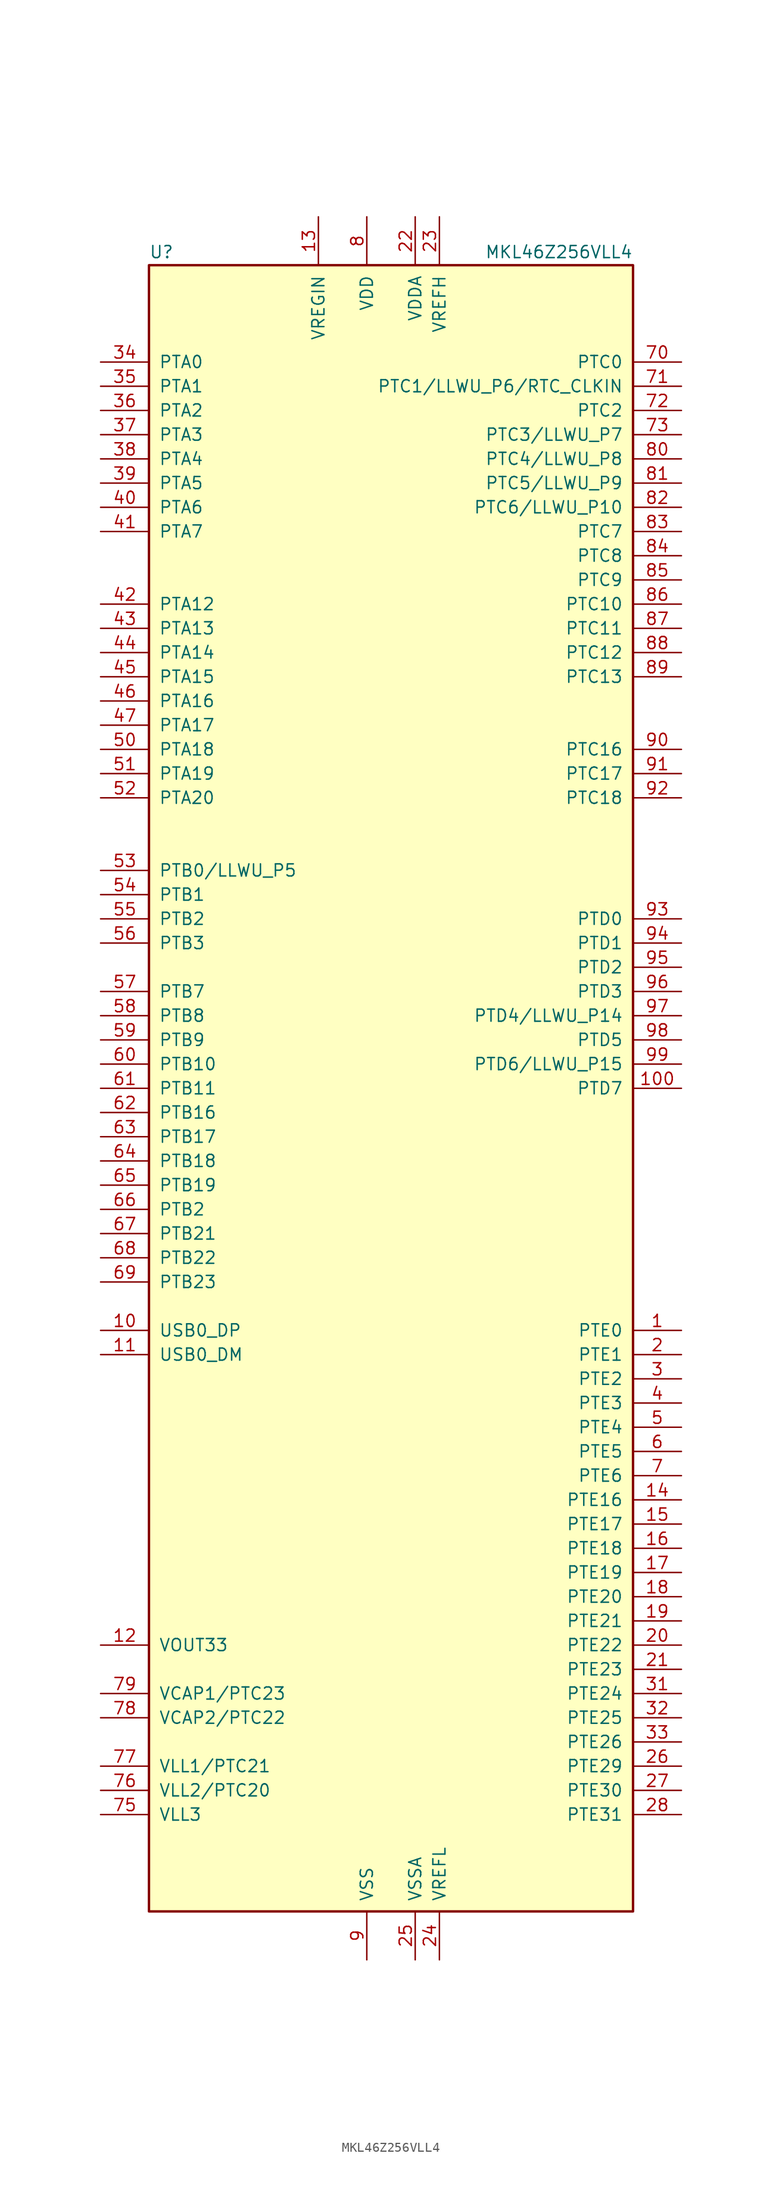
<source format=kicad_sym>
(kicad_symbol_lib
  (version 20241209)
  (generator "kicad_symbol_editor")
  (generator_version "9.0")
  (symbol "MKL46Z256VLL4"
    (pin_names
      (offset 1.016))
    (property "Reference" "U"
      (at -25.4 86.995 0)
      (effects (font (size 1.27 1.27)) (justify left bottom)))
    (property "Value" "MKL46Z256VLL4"
      (at 25.4 86.995 0)
      (effects (font (size 1.27 1.27)) (justify right bottom)))
    (symbol "MKL46Z256VLL4_0_1"
      (rectangle (start -25.4 86.36) (end 25.4 -86.36) (stroke (width 0.254) (type default)) (fill (type background))))
    (symbol "MKL46Z256VLL4_1_1"
      (pin bidirectional line (at -30.48 76.2 0) (length 5.08) (name "PTA0" (effects (font (size 1.27 1.27)))) (number "34" (effects (font (size 1.27 1.27)))))
      (pin bidirectional line (at -30.48 73.66 0) (length 5.08) (name "PTA1" (effects (font (size 1.27 1.27)))) (number "35" (effects (font (size 1.27 1.27)))))
      (pin bidirectional line (at -30.48 71.12 0) (length 5.08) (name "PTA2" (effects (font (size 1.27 1.27)))) (number "36" (effects (font (size 1.27 1.27)))))
      (pin bidirectional line (at -30.48 68.58 0) (length 5.08) (name "PTA3" (effects (font (size 1.27 1.27)))) (number "37" (effects (font (size 1.27 1.27)))))
      (pin bidirectional line (at -30.48 66.04 0) (length 5.08) (name "PTA4" (effects (font (size 1.27 1.27)))) (number "38" (effects (font (size 1.27 1.27)))))
      (pin bidirectional line (at -30.48 63.5 0) (length 5.08) (name "PTA5" (effects (font (size 1.27 1.27)))) (number "39" (effects (font (size 1.27 1.27)))))
      (pin bidirectional line (at -30.48 60.96 0) (length 5.08) (name "PTA6" (effects (font (size 1.27 1.27)))) (number "40" (effects (font (size 1.27 1.27)))))
      (pin bidirectional line (at -30.48 58.42 0) (length 5.08) (name "PTA7" (effects (font (size 1.27 1.27)))) (number "41" (effects (font (size 1.27 1.27)))))
      (pin bidirectional line (at -30.48 50.8 0) (length 5.08) (name "PTA12" (effects (font (size 1.27 1.27)))) (number "42" (effects (font (size 1.27 1.27)))))
      (pin bidirectional line (at -30.48 48.26 0) (length 5.08) (name "PTA13" (effects (font (size 1.27 1.27)))) (number "43" (effects (font (size 1.27 1.27)))))
      (pin bidirectional line (at -30.48 45.72 0) (length 5.08) (name "PTA14" (effects (font (size 1.27 1.27)))) (number "44" (effects (font (size 1.27 1.27)))))
      (pin bidirectional line (at -30.48 43.18 0) (length 5.08) (name "PTA15" (effects (font (size 1.27 1.27)))) (number "45" (effects (font (size 1.27 1.27)))))
      (pin bidirectional line (at -30.48 40.64 0) (length 5.08) (name "PTA16" (effects (font (size 1.27 1.27)))) (number "46" (effects (font (size 1.27 1.27)))))
      (pin bidirectional line (at -30.48 38.1 0) (length 5.08) (name "PTA17" (effects (font (size 1.27 1.27)))) (number "47" (effects (font (size 1.27 1.27)))))
      (pin bidirectional line (at -30.48 35.56 0) (length 5.08) (name "PTA18" (effects (font (size 1.27 1.27)))) (number "50" (effects (font (size 1.27 1.27)))))
      (pin bidirectional line (at -30.48 33.02 0) (length 5.08) (name "PTA19" (effects (font (size 1.27 1.27)))) (number "51" (effects (font (size 1.27 1.27)))))
      (pin bidirectional line (at -30.48 30.48 0) (length 5.08) (name "PTA20" (effects (font (size 1.27 1.27)))) (number "52" (effects (font (size 1.27 1.27)))))
      (pin bidirectional line (at -30.48 22.86 0) (length 5.08) (name "PTB0/LLWU_P5" (effects (font (size 1.27 1.27)))) (number "53" (effects (font (size 1.27 1.27)))))
      (pin bidirectional line (at -30.48 20.32 0) (length 5.08) (name "PTB1" (effects (font (size 1.27 1.27)))) (number "54" (effects (font (size 1.27 1.27)))))
      (pin bidirectional line (at -30.48 17.78 0) (length 5.08) (name "PTB2" (effects (font (size 1.27 1.27)))) (number "55" (effects (font (size 1.27 1.27)))))
      (pin bidirectional line (at -30.48 15.24 0) (length 5.08) (name "PTB3" (effects (font (size 1.27 1.27)))) (number "56" (effects (font (size 1.27 1.27)))))
      (pin bidirectional line (at -30.48 10.16 0) (length 5.08) (name "PTB7" (effects (font (size 1.27 1.27)))) (number "57" (effects (font (size 1.27 1.27)))))
      (pin bidirectional line (at -30.48 7.62 0) (length 5.08) (name "PTB8" (effects (font (size 1.27 1.27)))) (number "58" (effects (font (size 1.27 1.27)))))
      (pin bidirectional line (at -30.48 5.08 0) (length 5.08) (name "PTB9" (effects (font (size 1.27 1.27)))) (number "59" (effects (font (size 1.27 1.27)))))
      (pin bidirectional line (at -30.48 2.54 0) (length 5.08) (name "PTB10" (effects (font (size 1.27 1.27)))) (number "60" (effects (font (size 1.27 1.27)))))
      (pin bidirectional line (at -30.48 0 0) (length 5.08) (name "PTB11" (effects (font (size 1.27 1.27)))) (number "61" (effects (font (size 1.27 1.27)))))
      (pin bidirectional line (at -30.48 -2.54 0) (length 5.08) (name "PTB16" (effects (font (size 1.27 1.27)))) (number "62" (effects (font (size 1.27 1.27)))))
      (pin bidirectional line (at -30.48 -5.08 0) (length 5.08) (name "PTB17" (effects (font (size 1.27 1.27)))) (number "63" (effects (font (size 1.27 1.27)))))
      (pin bidirectional line (at -30.48 -7.62 0) (length 5.08) (name "PTB18" (effects (font (size 1.27 1.27)))) (number "64" (effects (font (size 1.27 1.27)))))
      (pin bidirectional line (at -30.48 -10.16 0) (length 5.08) (name "PTB19" (effects (font (size 1.27 1.27)))) (number "65" (effects (font (size 1.27 1.27)))))
      (pin bidirectional line (at -30.48 -12.7 0) (length 5.08) (name "PTB2" (effects (font (size 1.27 1.27)))) (number "66" (effects (font (size 1.27 1.27)))))
      (pin bidirectional line (at -30.48 -15.24 0) (length 5.08) (name "PTB21" (effects (font (size 1.27 1.27)))) (number "67" (effects (font (size 1.27 1.27)))))
      (pin bidirectional line (at -30.48 -17.78 0) (length 5.08) (name "PTB22" (effects (font (size 1.27 1.27)))) (number "68" (effects (font (size 1.27 1.27)))))
      (pin bidirectional line (at -30.48 -20.32 0) (length 5.08) (name "PTB23" (effects (font (size 1.27 1.27)))) (number "69" (effects (font (size 1.27 1.27)))))
      (pin bidirectional line (at -30.48 -25.4 0) (length 5.08) (name "USB0_DP" (effects (font (size 1.27 1.27)))) (number "10" (effects (font (size 1.27 1.27)))))
      (pin bidirectional line (at -30.48 -27.94 0) (length 5.08) (name "USB0_DM" (effects (font (size 1.27 1.27)))) (number "11" (effects (font (size 1.27 1.27)))))
      (pin power_out line (at -30.48 -58.42 0) (length 5.08) (name "VOUT33" (effects (font (size 1.27 1.27)))) (number "12" (effects (font (size 1.27 1.27)))))
      (pin passive line (at -30.48 -63.5 0) (length 5.08) (name "VCAP1/PTC23" (effects (font (size 1.27 1.27)))) (number "79" (effects (font (size 1.27 1.27)))))
      (pin passive line (at -30.48 -66.04 0) (length 5.08) (name "VCAP2/PTC22" (effects (font (size 1.27 1.27)))) (number "78" (effects (font (size 1.27 1.27)))))
      (pin power_out line (at -30.48 -71.12 0) (length 5.08) (name "VLL1/PTC21" (effects (font (size 1.27 1.27)))) (number "77" (effects (font (size 1.27 1.27)))))
      (pin power_out line (at -30.48 -73.66 0) (length 5.08) (name "VLL2/PTC20" (effects (font (size 1.27 1.27)))) (number "76" (effects (font (size 1.27 1.27)))))
      (pin power_out line (at -30.48 -76.2 0) (length 5.08) (name "VLL3" (effects (font (size 1.27 1.27)))) (number "75" (effects (font (size 1.27 1.27)))))
      (pin power_in line (at -7.62 91.44 270) (length 5.08) (name "VREGIN" (effects (font (size 1.27 1.27)))) (number "13" (effects (font (size 1.27 1.27)))))
      (pin passive line (at -2.54 91.44 270) (length 5.08) (hide yes) (name "VDD" (effects (font (size 1.27 1.27)))) (number "30" (effects (font (size 1.27 1.27)))))
      (pin passive line (at -2.54 91.44 270) (length 5.08) (hide yes) (name "VDD" (effects (font (size 1.27 1.27)))) (number "48" (effects (font (size 1.27 1.27)))))
      (pin power_in line (at -2.54 91.44 270) (length 5.08) (name "VDD" (effects (font (size 1.27 1.27)))) (number "8" (effects (font (size 1.27 1.27)))))
      (pin passive line (at -2.54 -91.44 90) (length 5.08) (hide yes) (name "VSS" (effects (font (size 1.27 1.27)))) (number "29" (effects (font (size 1.27 1.27)))))
      (pin passive line (at -2.54 -91.44 90) (length 5.08) (hide yes) (name "VSS" (effects (font (size 1.27 1.27)))) (number "49" (effects (font (size 1.27 1.27)))))
      (pin passive line (at -2.54 -91.44 90) (length 5.08) (hide yes) (name "VSS" (effects (font (size 1.27 1.27)))) (number "74" (effects (font (size 1.27 1.27)))))
      (pin power_in line (at -2.54 -91.44 90) (length 5.08) (name "VSS" (effects (font (size 1.27 1.27)))) (number "9" (effects (font (size 1.27 1.27)))))
      (pin power_in line (at 2.54 91.44 270) (length 5.08) (name "VDDA" (effects (font (size 1.27 1.27)))) (number "22" (effects (font (size 1.27 1.27)))))
      (pin power_in line (at 2.54 -91.44 90) (length 5.08) (name "VSSA" (effects (font (size 1.27 1.27)))) (number "25" (effects (font (size 1.27 1.27)))))
      (pin power_in line (at 5.08 91.44 270) (length 5.08) (name "VREFH" (effects (font (size 1.27 1.27)))) (number "23" (effects (font (size 1.27 1.27)))))
      (pin power_in line (at 5.08 -91.44 90) (length 5.08) (name "VREFL" (effects (font (size 1.27 1.27)))) (number "24" (effects (font (size 1.27 1.27)))))
      (pin bidirectional line (at 30.48 76.2 180) (length 5.08) (name "PTC0" (effects (font (size 1.27 1.27)))) (number "70" (effects (font (size 1.27 1.27)))))
      (pin bidirectional line (at 30.48 73.66 180) (length 5.08) (name "PTC1/LLWU_P6/RTC_CLKIN" (effects (font (size 1.27 1.27)))) (number "71" (effects (font (size 1.27 1.27)))))
      (pin bidirectional line (at 30.48 71.12 180) (length 5.08) (name "PTC2" (effects (font (size 1.27 1.27)))) (number "72" (effects (font (size 1.27 1.27)))))
      (pin bidirectional line (at 30.48 68.58 180) (length 5.08) (name "PTC3/LLWU_P7" (effects (font (size 1.27 1.27)))) (number "73" (effects (font (size 1.27 1.27)))))
      (pin bidirectional line (at 30.48 66.04 180) (length 5.08) (name "PTC4/LLWU_P8" (effects (font (size 1.27 1.27)))) (number "80" (effects (font (size 1.27 1.27)))))
      (pin bidirectional line (at 30.48 63.5 180) (length 5.08) (name "PTC5/LLWU_P9" (effects (font (size 1.27 1.27)))) (number "81" (effects (font (size 1.27 1.27)))))
      (pin bidirectional line (at 30.48 60.96 180) (length 5.08) (name "PTC6/LLWU_P10" (effects (font (size 1.27 1.27)))) (number "82" (effects (font (size 1.27 1.27)))))
      (pin bidirectional line (at 30.48 58.42 180) (length 5.08) (name "PTC7" (effects (font (size 1.27 1.27)))) (number "83" (effects (font (size 1.27 1.27)))))
      (pin bidirectional line (at 30.48 55.88 180) (length 5.08) (name "PTC8" (effects (font (size 1.27 1.27)))) (number "84" (effects (font (size 1.27 1.27)))))
      (pin bidirectional line (at 30.48 53.34 180) (length 5.08) (name "PTC9" (effects (font (size 1.27 1.27)))) (number "85" (effects (font (size 1.27 1.27)))))
      (pin bidirectional line (at 30.48 50.8 180) (length 5.08) (name "PTC10" (effects (font (size 1.27 1.27)))) (number "86" (effects (font (size 1.27 1.27)))))
      (pin bidirectional line (at 30.48 48.26 180) (length 5.08) (name "PTC11" (effects (font (size 1.27 1.27)))) (number "87" (effects (font (size 1.27 1.27)))))
      (pin bidirectional line (at 30.48 45.72 180) (length 5.08) (name "PTC12" (effects (font (size 1.27 1.27)))) (number "88" (effects (font (size 1.27 1.27)))))
      (pin bidirectional line (at 30.48 43.18 180) (length 5.08) (name "PTC13" (effects (font (size 1.27 1.27)))) (number "89" (effects (font (size 1.27 1.27)))))
      (pin bidirectional line (at 30.48 35.56 180) (length 5.08) (name "PTC16" (effects (font (size 1.27 1.27)))) (number "90" (effects (font (size 1.27 1.27)))))
      (pin bidirectional line (at 30.48 33.02 180) (length 5.08) (name "PTC17" (effects (font (size 1.27 1.27)))) (number "91" (effects (font (size 1.27 1.27)))))
      (pin bidirectional line (at 30.48 30.48 180) (length 5.08) (name "PTC18" (effects (font (size 1.27 1.27)))) (number "92" (effects (font (size 1.27 1.27)))))
      (pin bidirectional line (at 30.48 17.78 180) (length 5.08) (name "PTD0" (effects (font (size 1.27 1.27)))) (number "93" (effects (font (size 1.27 1.27)))))
      (pin bidirectional line (at 30.48 15.24 180) (length 5.08) (name "PTD1" (effects (font (size 1.27 1.27)))) (number "94" (effects (font (size 1.27 1.27)))))
      (pin bidirectional line (at 30.48 12.7 180) (length 5.08) (name "PTD2" (effects (font (size 1.27 1.27)))) (number "95" (effects (font (size 1.27 1.27)))))
      (pin bidirectional line (at 30.48 10.16 180) (length 5.08) (name "PTD3" (effects (font (size 1.27 1.27)))) (number "96" (effects (font (size 1.27 1.27)))))
      (pin bidirectional line (at 30.48 7.62 180) (length 5.08) (name "PTD4/LLWU_P14" (effects (font (size 1.27 1.27)))) (number "97" (effects (font (size 1.27 1.27)))))
      (pin bidirectional line (at 30.48 5.08 180) (length 5.08) (name "PTD5" (effects (font (size 1.27 1.27)))) (number "98" (effects (font (size 1.27 1.27)))))
      (pin bidirectional line (at 30.48 2.54 180) (length 5.08) (name "PTD6/LLWU_P15" (effects (font (size 1.27 1.27)))) (number "99" (effects (font (size 1.27 1.27)))))
      (pin bidirectional line (at 30.48 0 180) (length 5.08) (name "PTD7" (effects (font (size 1.27 1.27)))) (number "100" (effects (font (size 1.27 1.27)))))
      (pin bidirectional line (at 30.48 -25.4 180) (length 5.08) (name "PTE0" (effects (font (size 1.27 1.27)))) (number "1" (effects (font (size 1.27 1.27)))))
      (pin bidirectional line (at 30.48 -27.94 180) (length 5.08) (name "PTE1" (effects (font (size 1.27 1.27)))) (number "2" (effects (font (size 1.27 1.27)))))
      (pin bidirectional line (at 30.48 -30.48 180) (length 5.08) (name "PTE2" (effects (font (size 1.27 1.27)))) (number "3" (effects (font (size 1.27 1.27)))))
      (pin bidirectional line (at 30.48 -33.02 180) (length 5.08) (name "PTE3" (effects (font (size 1.27 1.27)))) (number "4" (effects (font (size 1.27 1.27)))))
      (pin bidirectional line (at 30.48 -35.56 180) (length 5.08) (name "PTE4" (effects (font (size 1.27 1.27)))) (number "5" (effects (font (size 1.27 1.27)))))
      (pin bidirectional line (at 30.48 -38.1 180) (length 5.08) (name "PTE5" (effects (font (size 1.27 1.27)))) (number "6" (effects (font (size 1.27 1.27)))))
      (pin bidirectional line (at 30.48 -40.64 180) (length 5.08) (name "PTE6" (effects (font (size 1.27 1.27)))) (number "7" (effects (font (size 1.27 1.27)))))
      (pin bidirectional line (at 30.48 -43.18 180) (length 5.08) (name "PTE16" (effects (font (size 1.27 1.27)))) (number "14" (effects (font (size 1.27 1.27)))))
      (pin bidirectional line (at 30.48 -45.72 180) (length 5.08) (name "PTE17" (effects (font (size 1.27 1.27)))) (number "15" (effects (font (size 1.27 1.27)))))
      (pin bidirectional line (at 30.48 -48.26 180) (length 5.08) (name "PTE18" (effects (font (size 1.27 1.27)))) (number "16" (effects (font (size 1.27 1.27)))))
      (pin bidirectional line (at 30.48 -50.8 180) (length 5.08) (name "PTE19" (effects (font (size 1.27 1.27)))) (number "17" (effects (font (size 1.27 1.27)))))
      (pin bidirectional line (at 30.48 -53.34 180) (length 5.08) (name "PTE20" (effects (font (size 1.27 1.27)))) (number "18" (effects (font (size 1.27 1.27)))))
      (pin bidirectional line (at 30.48 -55.88 180) (length 5.08) (name "PTE21" (effects (font (size 1.27 1.27)))) (number "19" (effects (font (size 1.27 1.27)))))
      (pin bidirectional line (at 30.48 -58.42 180) (length 5.08) (name "PTE22" (effects (font (size 1.27 1.27)))) (number "20" (effects (font (size 1.27 1.27)))))
      (pin bidirectional line (at 30.48 -60.96 180) (length 5.08) (name "PTE23" (effects (font (size 1.27 1.27)))) (number "21" (effects (font (size 1.27 1.27)))))
      (pin bidirectional line (at 30.48 -63.5 180) (length 5.08) (name "PTE24" (effects (font (size 1.27 1.27)))) (number "31" (effects (font (size 1.27 1.27)))))
      (pin bidirectional line (at 30.48 -66.04 180) (length 5.08) (name "PTE25" (effects (font (size 1.27 1.27)))) (number "32" (effects (font (size 1.27 1.27)))))
      (pin bidirectional line (at 30.48 -68.58 180) (length 5.08) (name "PTE26" (effects (font (size 1.27 1.27)))) (number "33" (effects (font (size 1.27 1.27)))))
      (pin bidirectional line (at 30.48 -71.12 180) (length 5.08) (name "PTE29" (effects (font (size 1.27 1.27)))) (number "26" (effects (font (size 1.27 1.27)))))
      (pin bidirectional line (at 30.48 -73.66 180) (length 5.08) (name "PTE30" (effects (font (size 1.27 1.27)))) (number "27" (effects (font (size 1.27 1.27)))))
      (pin bidirectional line (at 30.48 -76.2 180) (length 5.08) (name "PTE31" (effects (font (size 1.27 1.27)))) (number "28" (effects (font (size 1.27 1.27))))))))
</source>
